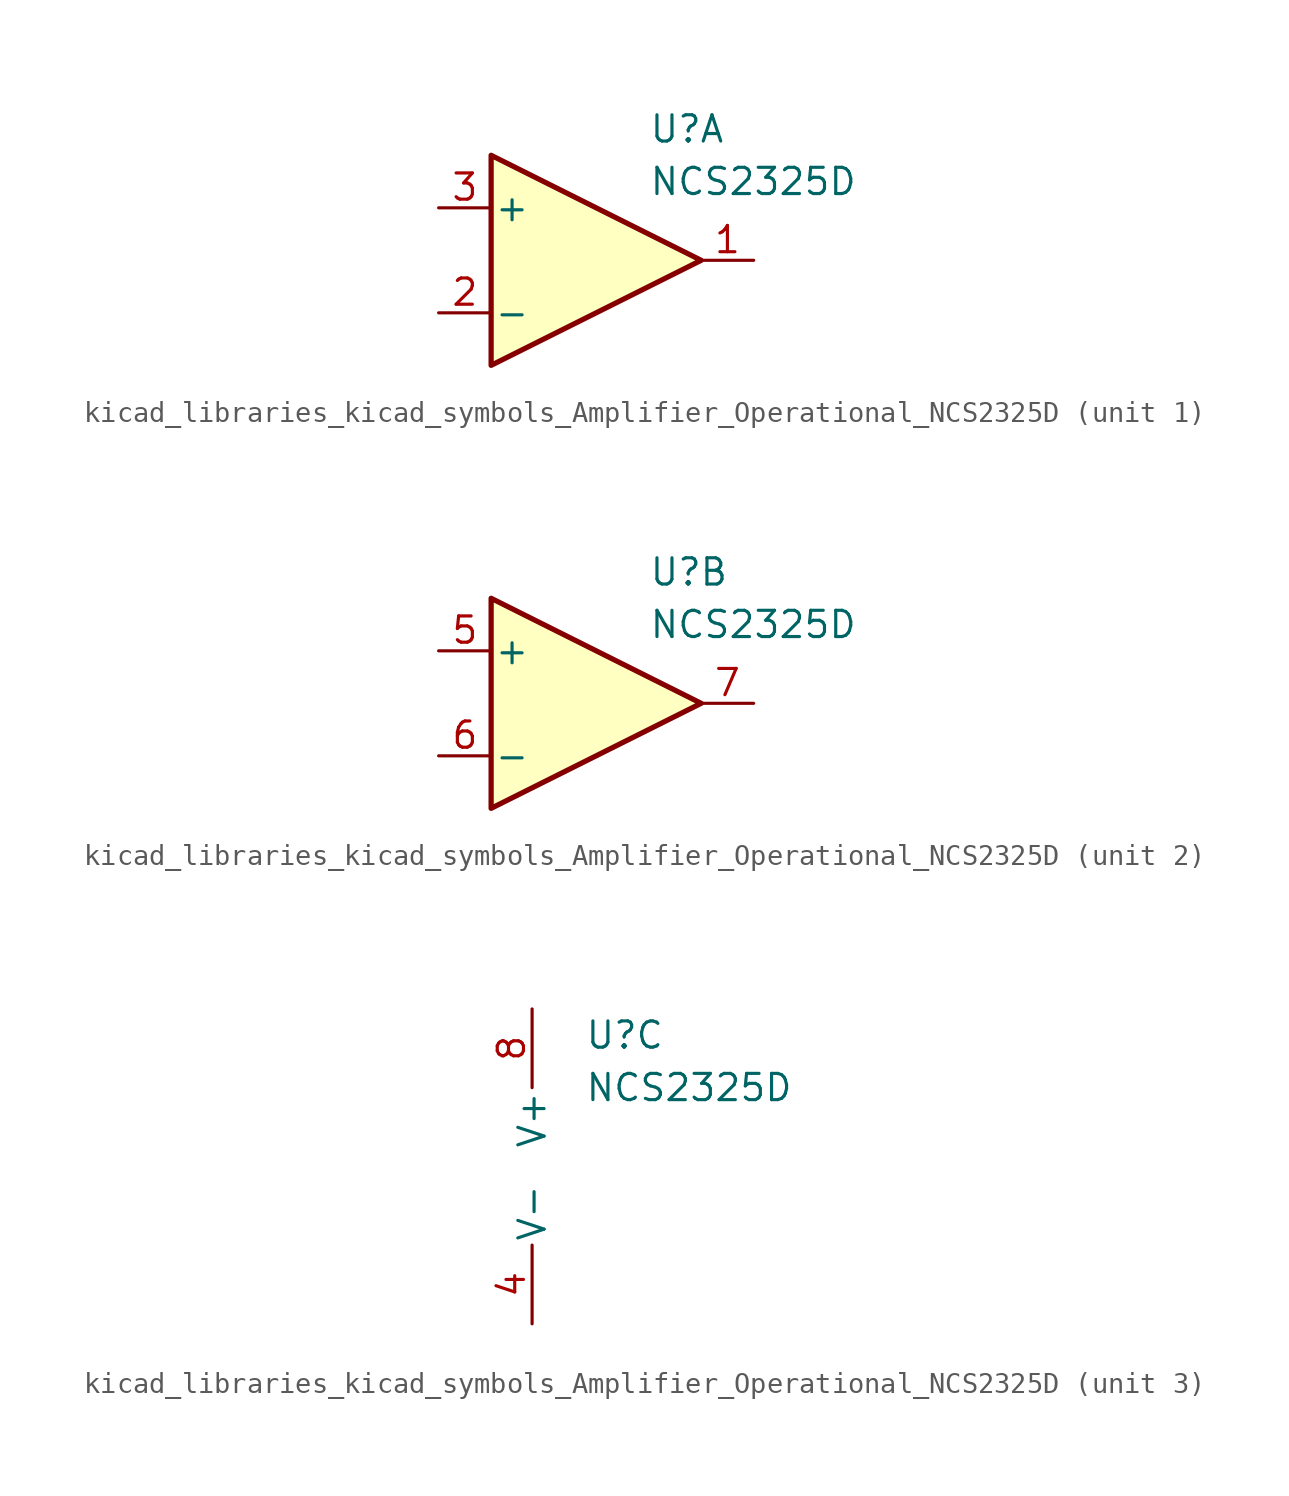
<source format=kicad_sym>
(kicad_symbol_lib
  (version 20220914)
  (generator kicad_symbol_editor)
  (symbol "kicad_libraries_kicad_symbols_Amplifier_Operational_NCS2325D"
    (pin_names
      (offset 0.127))
    (property "Reference" "U"
      (at 2.54 6.35 0)
      (effects (font (size 1.27 1.27)) (justify left)))
    (property "Value" "NCS2325D"
      (at 2.54 3.81 0)
      (effects (font (size 1.27 1.27)) (justify left)))
    (property "ki_locked" ""
      (at 0 0 0)
      (effects (font (size 1.27 1.27))))
    (symbol "kicad_libraries_kicad_symbols_Amplifier_Operational_NCS2325D_1_1"
      (polyline (pts (xy 5.08 0) (xy -5.08 5.08) (xy -5.08 -5.08) (xy 5.08 0)) (stroke (width 0.254) (type default)) (fill (type background)))
      (pin output line (at 7.62 0 180) (length 2.54) (name "~" (effects (font (size 1.27 1.27)))) (number "1" (effects (font (size 1.27 1.27)))))
      (pin input line (at -7.62 -2.54 0) (length 2.54) (name "-" (effects (font (size 1.27 1.27)))) (number "2" (effects (font (size 1.27 1.27)))))
      (pin input line (at -7.62 2.54 0) (length 2.54) (name "+" (effects (font (size 1.27 1.27)))) (number "3" (effects (font (size 1.27 1.27))))))
    (symbol "kicad_libraries_kicad_symbols_Amplifier_Operational_NCS2325D_2_1"
      (polyline (pts (xy 5.08 0) (xy -5.08 5.08) (xy -5.08 -5.08) (xy 5.08 0)) (stroke (width 0.254) (type default)) (fill (type background)))
      (pin input line (at -7.62 2.54 0) (length 2.54) (name "+" (effects (font (size 1.27 1.27)))) (number "5" (effects (font (size 1.27 1.27)))))
      (pin input line (at -7.62 -2.54 0) (length 2.54) (name "-" (effects (font (size 1.27 1.27)))) (number "6" (effects (font (size 1.27 1.27)))))
      (pin output line (at 7.62 0 180) (length 2.54) (name "~" (effects (font (size 1.27 1.27)))) (number "7" (effects (font (size 1.27 1.27))))))
    (symbol "kicad_libraries_kicad_symbols_Amplifier_Operational_NCS2325D_3_1"
      (pin power_in line (at 0 -7.62 90) (length 3.81) (name "V-" (effects (font (size 1.27 1.27)))) (number "4" (effects (font (size 1.27 1.27)))))
      (pin power_in line (at 0 7.62 270) (length 3.81) (name "V+" (effects (font (size 1.27 1.27)))) (number "8" (effects (font (size 1.27 1.27))))))))
</source>
